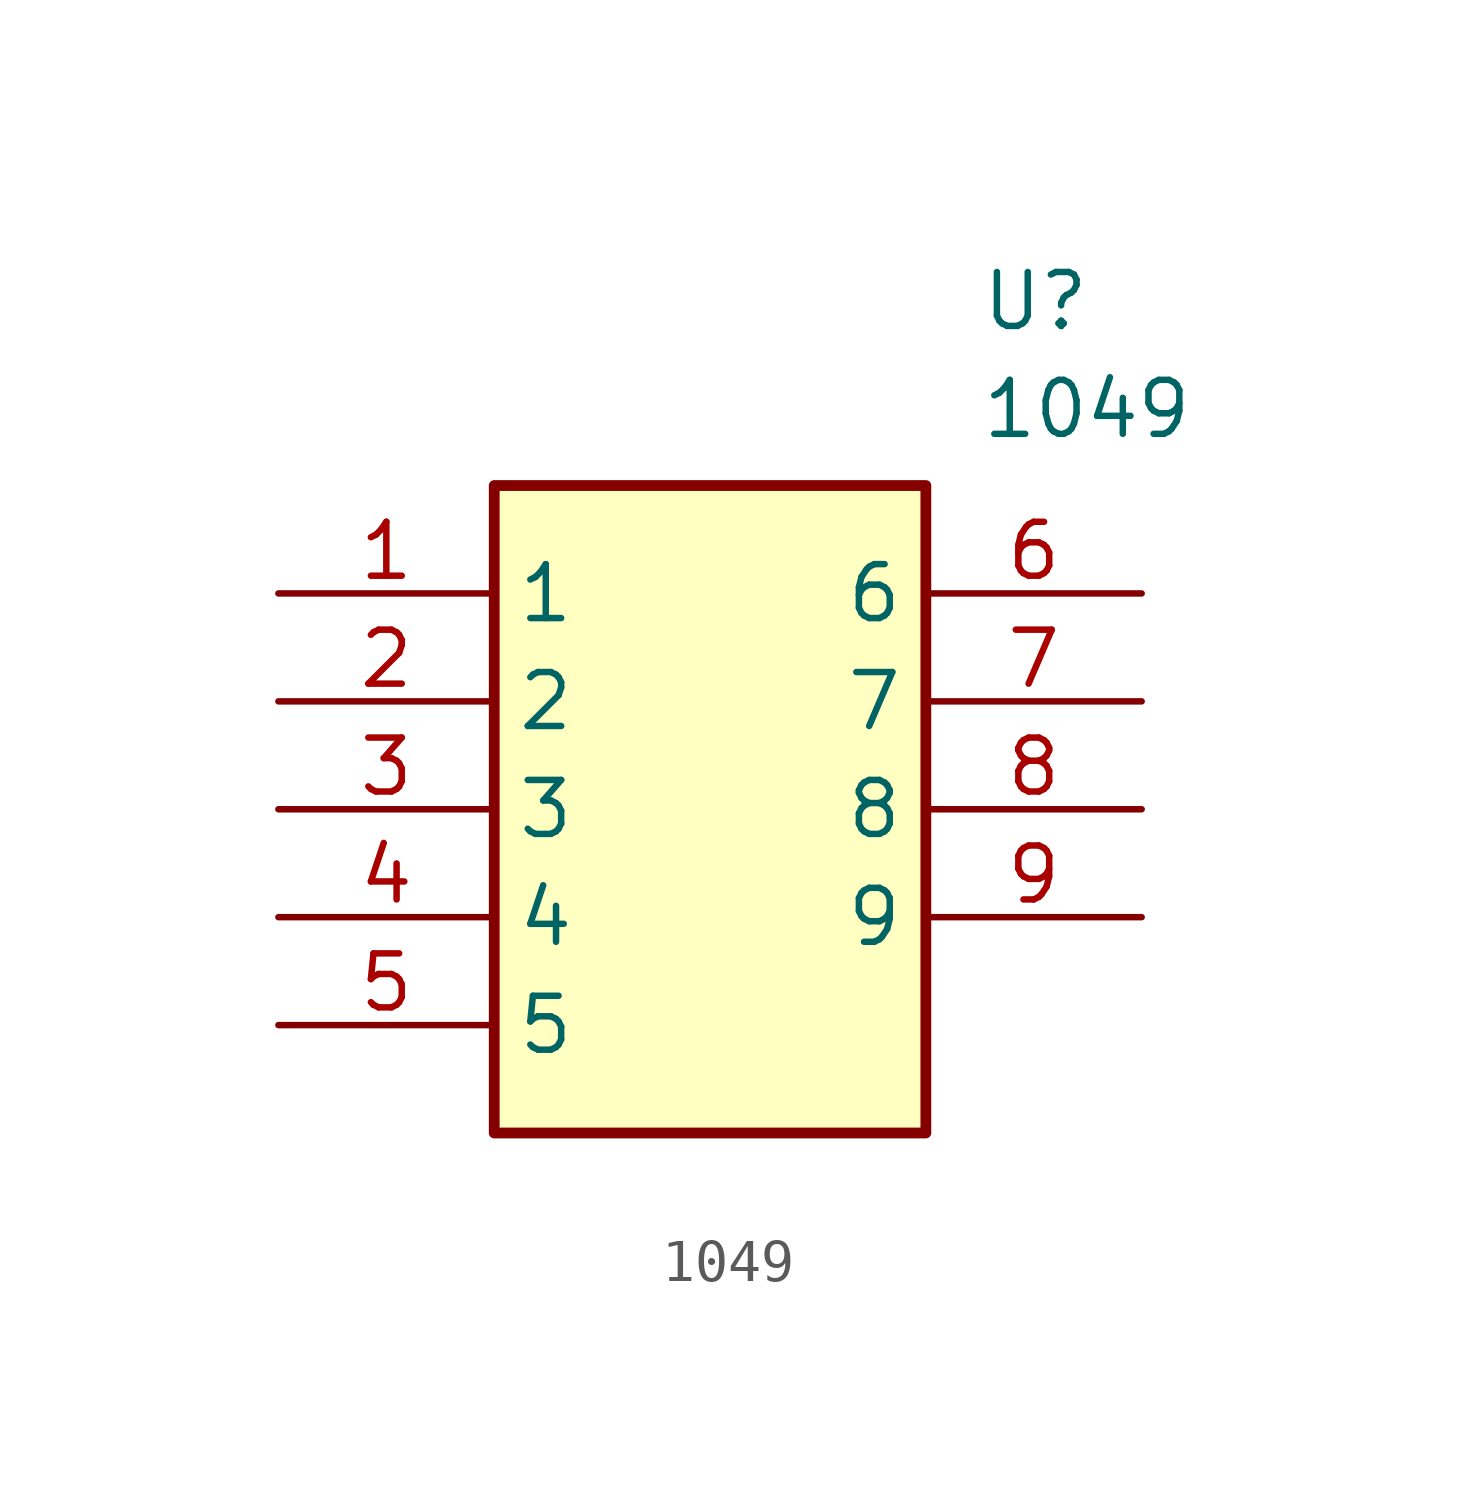
<source format=kicad_sym>
(kicad_symbol_lib
  (version 20211014)
  (generator SamacSys_ECAD_Model)
  (symbol "1049"
    (property "Reference" "U"
      (at 16.51 7.62 0)
      (effects (font (size 1.27 1.27)) (justify left top)))
    (property "Value" "1049"
      (at 16.51 5.08 0)
      (effects (font (size 1.27 1.27)) (justify left top)))
    (rectangle
      (start 5.08 2.54)
      (end 15.24 -12.7)
      (stroke (width 0.254) (type default))
      (fill (type background)))
    (pin passive line
      (at 0 0 0)
      (length 5.08)
      (name "1" (effects (font (size 1.27 1.27))))
      (number "1" (effects (font (size 1.27 1.27)))))
    (pin passive line
      (at 0 -2.54 0)
      (length 5.08)
      (name "2" (effects (font (size 1.27 1.27))))
      (number "2" (effects (font (size 1.27 1.27)))))
    (pin passive line
      (at 0 -5.08 0)
      (length 5.08)
      (name "3" (effects (font (size 1.27 1.27))))
      (number "3" (effects (font (size 1.27 1.27)))))
    (pin passive line
      (at 0 -7.62 0)
      (length 5.08)
      (name "4" (effects (font (size 1.27 1.27))))
      (number "4" (effects (font (size 1.27 1.27)))))
    (pin passive line
      (at 0 -10.16 0)
      (length 5.08)
      (name "5" (effects (font (size 1.27 1.27))))
      (number "5" (effects (font (size 1.27 1.27)))))
    (pin passive line
      (at 20.32 0 180)
      (length 5.08)
      (name "6" (effects (font (size 1.27 1.27))))
      (number "6" (effects (font (size 1.27 1.27)))))
    (pin passive line
      (at 20.32 -2.54 180)
      (length 5.08)
      (name "7" (effects (font (size 1.27 1.27))))
      (number "7" (effects (font (size 1.27 1.27)))))
    (pin passive line
      (at 20.32 -5.08 180)
      (length 5.08)
      (name "8" (effects (font (size 1.27 1.27))))
      (number "8" (effects (font (size 1.27 1.27)))))
    (pin passive line
      (at 20.32 -7.62 180)
      (length 5.08)
      (name "9" (effects (font (size 1.27 1.27))))
      (number "9" (effects (font (size 1.27 1.27)))))))
</source>
